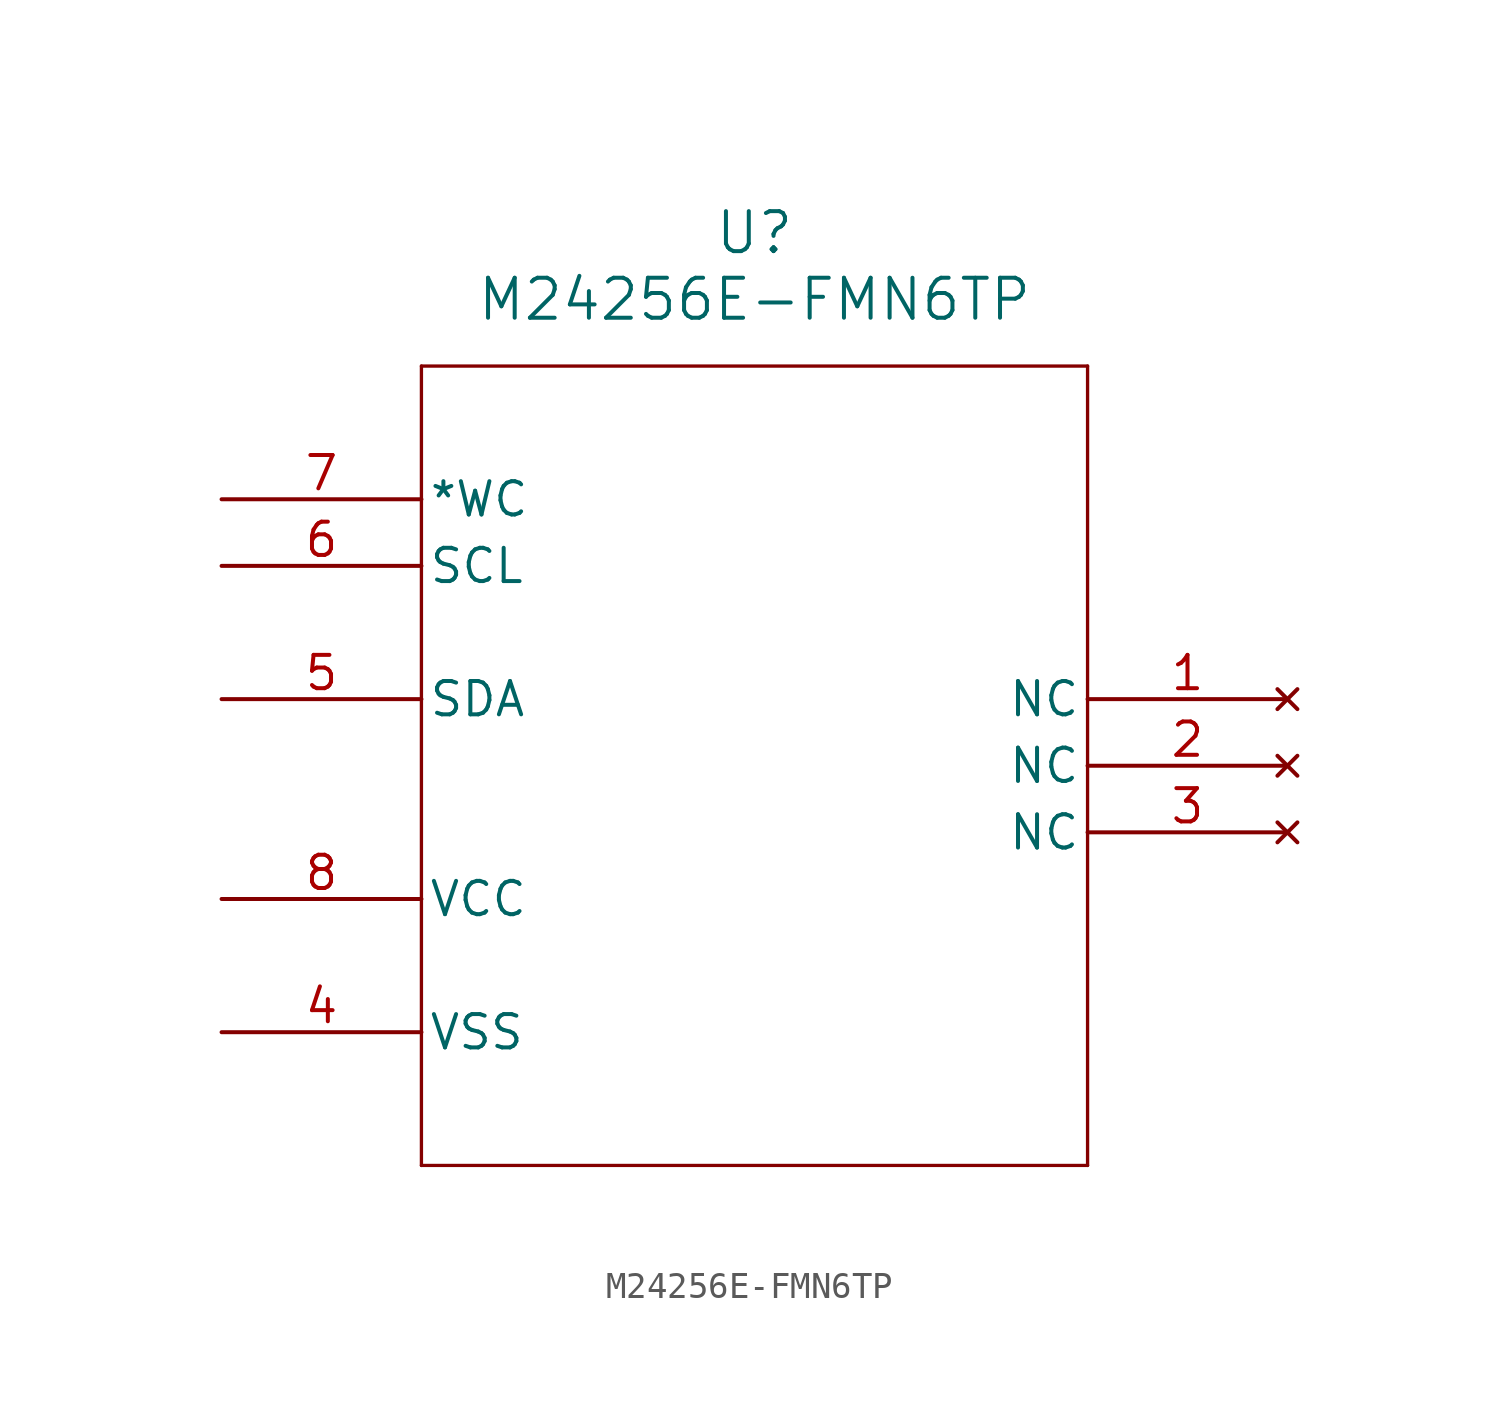
<source format=kicad_sym>
(kicad_symbol_lib
  (version 20211014)
  (generator kicad_symbol_editor)
  (symbol "M24256E-FMN6TP"
    (pin_names
      (offset 0.254))
    (property "Reference" "U"
      (at 20.32 10.16 0)
      (effects (font (size 1.524 1.524))))
    (property "Value" "M24256E-FMN6TP"
      (at 20.32 7.62 0)
      (effects (font (size 1.524 1.524))))
    (symbol "M24256E-FMN6TP_0_1"
      (polyline (pts (xy 7.62 5.08) (xy 7.62 -25.4)) (stroke (width 0.127) (type default) (color 0 0 0 0)) (fill (type none)))
      (polyline (pts (xy 7.62 -25.4) (xy 33.02 -25.4)) (stroke (width 0.127) (type default) (color 0 0 0 0)) (fill (type none)))
      (polyline (pts (xy 33.02 -25.4) (xy 33.02 5.08)) (stroke (width 0.127) (type default) (color 0 0 0 0)) (fill (type none)))
      (polyline (pts (xy 33.02 5.08) (xy 7.62 5.08)) (stroke (width 0.127) (type default) (color 0 0 0 0)) (fill (type none)))
      (pin no_connect line (at 40.64 -7.62 180) (length 7.62) (name "NC" (effects (font (size 1.27 1.27)))) (number "1" (effects (font (size 1.27 1.27)))))
      (pin no_connect line (at 40.64 -10.16 180) (length 7.62) (name "NC" (effects (font (size 1.27 1.27)))) (number "2" (effects (font (size 1.27 1.27)))))
      (pin no_connect line (at 40.64 -12.7 180) (length 7.62) (name "NC" (effects (font (size 1.27 1.27)))) (number "3" (effects (font (size 1.27 1.27)))))
      (pin power_out line (at 0 -20.32 0) (length 7.62) (name "VSS" (effects (font (size 1.27 1.27)))) (number "4" (effects (font (size 1.27 1.27)))))
      (pin bidirectional line (at 0 -7.62 0) (length 7.62) (name "SDA" (effects (font (size 1.27 1.27)))) (number "5" (effects (font (size 1.27 1.27)))))
      (pin input line (at 0 -2.54 0) (length 7.62) (name "SCL" (effects (font (size 1.27 1.27)))) (number "6" (effects (font (size 1.27 1.27)))))
      (pin input line (at 0 0 0) (length 7.62) (name "*WC" (effects (font (size 1.27 1.27)))) (number "7" (effects (font (size 1.27 1.27)))))
      (pin power_in line (at 0 -15.24 0) (length 7.62) (name "VCC" (effects (font (size 1.27 1.27)))) (number "8" (effects (font (size 1.27 1.27))))))))
</source>
